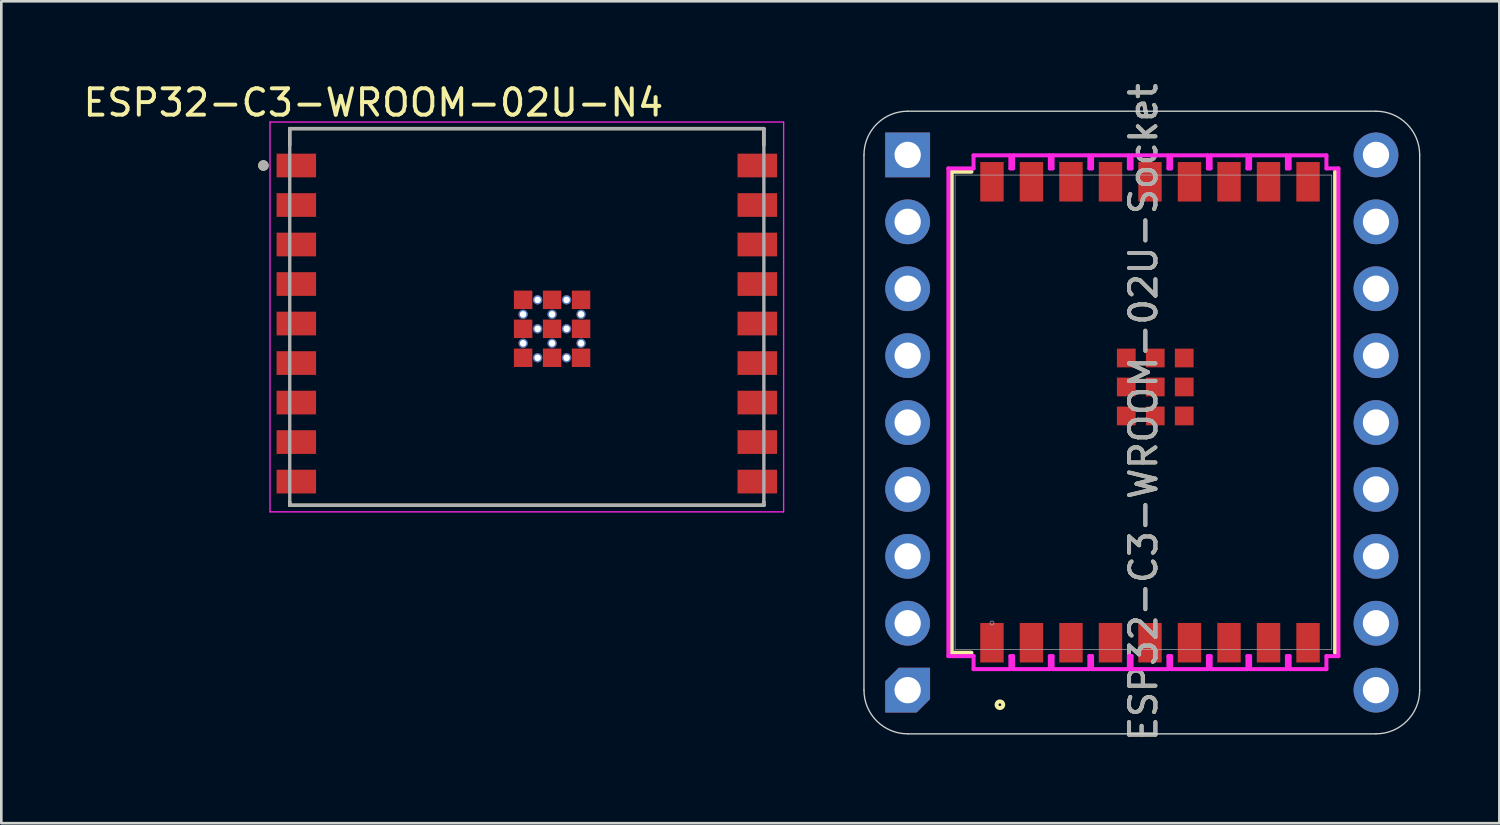
<source format=kicad_pcb>
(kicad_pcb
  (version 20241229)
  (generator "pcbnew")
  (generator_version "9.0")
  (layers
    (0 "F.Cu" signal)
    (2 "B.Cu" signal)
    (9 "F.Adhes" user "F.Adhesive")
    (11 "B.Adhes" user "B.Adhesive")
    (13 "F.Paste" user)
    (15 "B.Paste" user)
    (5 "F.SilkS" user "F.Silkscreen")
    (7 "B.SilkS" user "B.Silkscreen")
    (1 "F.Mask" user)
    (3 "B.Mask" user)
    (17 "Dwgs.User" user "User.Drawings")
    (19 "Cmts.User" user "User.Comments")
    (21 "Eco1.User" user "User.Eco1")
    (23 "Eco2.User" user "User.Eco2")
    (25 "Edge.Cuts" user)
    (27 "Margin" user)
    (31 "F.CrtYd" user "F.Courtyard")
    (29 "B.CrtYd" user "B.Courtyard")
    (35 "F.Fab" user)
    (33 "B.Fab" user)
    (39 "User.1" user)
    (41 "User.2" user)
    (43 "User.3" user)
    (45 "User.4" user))
  (footprint "ESP32-C3-WROOM-02U-Socket"
    (layer "F.Cu")
    (at 40.309 10.451)
    (property "Reference" "ESP32-C3-WROOM-02U-Socket" (at 0.05 2.15 90) (unlocked yes) (layer "F.SilkS") (effects (font (size 1 1) (thickness 0.15))))
    (attr smd)
    (fp_line (start -7.227 -6.981) (end -6.477 -6.981) (stroke (width 0.152) (type solid)) (layer "F.SilkS"))
    (fp_line (start -7.227 11.281) (end -7.227 -6.981) (stroke (width 0.152) (type solid)) (layer "F.SilkS"))
    (fp_line (start -6.477 11.281) (end -7.227 11.281) (stroke (width 0.152) (type solid)) (layer "F.SilkS"))
    (fp_line (start 7.327 -6.981) (end 7.327 11.281) (stroke (width 0.152) (type solid)) (layer "F.SilkS"))
    (fp_circle (center -5.398 13.254) (end -5.398 13.127) (stroke (width 0.152) (type solid)) (fill no) (layer "F.SilkS"))
    (fp_line (start -10.559 12.7) (end -10.559 -7.62) (stroke (width 0.05) (type default)) (layer "Edge.Cuts"))
    (fp_line (start -8.9 -9.279) (end 8.88 -9.279) (stroke (width 0.05) (type default)) (layer "Edge.Cuts"))
    (fp_line (start 8.88 14.359) (end -8.9 14.359) (stroke (width 0.05) (type default)) (layer "Edge.Cuts"))
    (fp_line (start 10.539 12.7) (end 10.539 -7.62) (stroke (width 0.05) (type default)) (layer "Edge.Cuts"))
    (fp_arc (start -10.558553 -7.62) (mid -10.072774 -8.792774) (end -8.9 -9.278553) (stroke (width 0.05) (type default)) (layer "Edge.Cuts"))
    (fp_arc (start -8.9 14.358553) (mid -10.072774 13.872774) (end -10.558553 12.7) (stroke (width 0.05) (type default)) (layer "Edge.Cuts"))
    (fp_arc (start 8.88 -9.278553) (mid 10.052774 -8.792774) (end 10.538553 -7.62) (stroke (width 0.05) (type default)) (layer "Edge.Cuts"))
    (fp_arc (start 10.538553 12.7) (mid 10.052774 13.872774) (end 8.88 14.358553) (stroke (width 0.05) (type default)) (layer "Edge.Cuts"))
    (fp_line (start -7.354 -7.108) (end -7.354 11.408) (stroke (width 0.152) (type solid)) (layer "F.CrtYd"))
    (fp_line (start -7.354 11.408) (end -6.398 11.408) (stroke (width 0.152) (type solid)) (layer "F.CrtYd"))
    (fp_line (start -6.399 -7.603) (end -6.399 -7.108) (stroke (width 0.152) (type solid)) (layer "F.CrtYd"))
    (fp_line (start -6.399 -7.108) (end -7.354 -7.108) (stroke (width 0.152) (type solid)) (layer "F.CrtYd"))
    (fp_line (start -6.398 11.408) (end -6.398 11.903) (stroke (width 0.152) (type solid)) (layer "F.CrtYd"))
    (fp_line (start -6.398 11.903) (end -5.001 11.903) (stroke (width 0.152) (type solid)) (layer "F.CrtYd"))
    (fp_line (start -5.002 -7.603) (end -6.399 -7.603) (stroke (width 0.152) (type solid)) (layer "F.CrtYd"))
    (fp_line (start -5.002 -7.108) (end -5.002 -7.603) (stroke (width 0.152) (type solid)) (layer "F.CrtYd"))
    (fp_line (start -5.001 11.408) (end -4.899 11.408) (stroke (width 0.152) (type solid)) (layer "F.CrtYd"))
    (fp_line (start -5.001 11.903) (end -5.001 11.408) (stroke (width 0.152) (type solid)) (layer "F.CrtYd"))
    (fp_line (start -4.899 -7.603) (end -4.899 -7.108) (stroke (width 0.152) (type solid)) (layer "F.CrtYd"))
    (fp_line (start -4.899 -7.108) (end -5.002 -7.108) (stroke (width 0.152) (type solid)) (layer "F.CrtYd"))
    (fp_line (start -4.899 11.408) (end -4.899 11.903) (stroke (width 0.152) (type solid)) (layer "F.CrtYd"))
    (fp_line (start -4.899 11.903) (end -3.502 11.903) (stroke (width 0.152) (type solid)) (layer "F.CrtYd"))
    (fp_line (start -3.502 -7.603) (end -4.899 -7.603) (stroke (width 0.152) (type solid)) (layer "F.CrtYd"))
    (fp_line (start -3.502 -7.108) (end -3.502 -7.603) (stroke (width 0.152) (type solid)) (layer "F.CrtYd"))
    (fp_line (start -3.502 11.408) (end -3.398 11.408) (stroke (width 0.152) (type solid)) (layer "F.CrtYd"))
    (fp_line (start -3.502 11.903) (end -3.502 11.408) (stroke (width 0.152) (type solid)) (layer "F.CrtYd"))
    (fp_line (start -3.399 -7.603) (end -3.399 -7.108) (stroke (width 0.152) (type solid)) (layer "F.CrtYd"))
    (fp_line (start -3.399 -7.108) (end -3.502 -7.108) (stroke (width 0.152) (type solid)) (layer "F.CrtYd"))
    (fp_line (start -3.398 11.408) (end -3.398 11.903) (stroke (width 0.152) (type solid)) (layer "F.CrtYd"))
    (fp_line (start -3.398 11.903) (end -2.002 11.903) (stroke (width 0.152) (type solid)) (layer "F.CrtYd"))
    (fp_line (start -2.002 -7.603) (end -3.399 -7.603) (stroke (width 0.152) (type solid)) (layer "F.CrtYd"))
    (fp_line (start -2.002 -7.108) (end -2.002 -7.603) (stroke (width 0.152) (type solid)) (layer "F.CrtYd"))
    (fp_line (start -2.002 11.408) (end -1.899 11.408) (stroke (width 0.152) (type solid)) (layer "F.CrtYd"))
    (fp_line (start -2.002 11.903) (end -2.002 11.408) (stroke (width 0.152) (type solid)) (layer "F.CrtYd"))
    (fp_line (start -1.899 -7.603) (end -1.899 -7.108) (stroke (width 0.152) (type solid)) (layer "F.CrtYd"))
    (fp_line (start -1.899 -7.108) (end -2.002 -7.108) (stroke (width 0.152) (type solid)) (layer "F.CrtYd"))
    (fp_line (start -1.899 11.408) (end -1.899 11.903) (stroke (width 0.152) (type solid)) (layer "F.CrtYd"))
    (fp_line (start -1.899 11.903) (end -0.502 11.903) (stroke (width 0.152) (type solid)) (layer "F.CrtYd"))
    (fp_line (start -0.502 -7.603) (end -1.899 -7.603) (stroke (width 0.152) (type solid)) (layer "F.CrtYd"))
    (fp_line (start -0.502 -7.108) (end -0.502 -7.603) (stroke (width 0.152) (type solid)) (layer "F.CrtYd"))
    (fp_line (start -0.502 11.408) (end -0.399 11.408) (stroke (width 0.152) (type solid)) (layer "F.CrtYd"))
    (fp_line (start -0.502 11.903) (end -0.502 11.408) (stroke (width 0.152) (type solid)) (layer "F.CrtYd"))
    (fp_line (start -0.399 -7.603) (end -0.399 -7.108) (stroke (width 0.152) (type solid)) (layer "F.CrtYd"))
    (fp_line (start -0.399 -7.108) (end -0.502 -7.108) (stroke (width 0.152) (type solid)) (layer "F.CrtYd"))
    (fp_line (start -0.399 11.408) (end -0.399 11.903) (stroke (width 0.152) (type solid)) (layer "F.CrtYd"))
    (fp_line (start -0.399 11.903) (end 0.998 11.903) (stroke (width 0.152) (type solid)) (layer "F.CrtYd"))
    (fp_line (start 0.998 -7.603) (end -0.399 -7.603) (stroke (width 0.152) (type solid)) (layer "F.CrtYd"))
    (fp_line (start 0.998 -7.108) (end 0.998 -7.603) (stroke (width 0.152) (type solid)) (layer "F.CrtYd"))
    (fp_line (start 0.998 11.408) (end 1.101 11.408) (stroke (width 0.152) (type solid)) (layer "F.CrtYd"))
    (fp_line (start 0.998 11.903) (end 0.998 11.408) (stroke (width 0.152) (type solid)) (layer "F.CrtYd"))
    (fp_line (start 1.101 -7.603) (end 1.101 -7.108) (stroke (width 0.152) (type solid)) (layer "F.CrtYd"))
    (fp_line (start 1.101 -7.108) (end 0.998 -7.108) (stroke (width 0.152) (type solid)) (layer "F.CrtYd"))
    (fp_line (start 1.101 11.408) (end 1.101 11.903) (stroke (width 0.152) (type solid)) (layer "F.CrtYd"))
    (fp_line (start 1.101 11.903) (end 2.498 11.903) (stroke (width 0.152) (type solid)) (layer "F.CrtYd"))
    (fp_line (start 2.498 -7.603) (end 1.101 -7.603) (stroke (width 0.152) (type solid)) (layer "F.CrtYd"))
    (fp_line (start 2.498 -7.108) (end 2.498 -7.603) (stroke (width 0.152) (type solid)) (layer "F.CrtYd"))
    (fp_line (start 2.498 11.408) (end 2.602 11.408) (stroke (width 0.152) (type solid)) (layer "F.CrtYd"))
    (fp_line (start 2.498 11.903) (end 2.498 11.408) (stroke (width 0.152) (type solid)) (layer "F.CrtYd"))
    (fp_line (start 2.601 -7.603) (end 2.601 -7.108) (stroke (width 0.152) (type solid)) (layer "F.CrtYd"))
    (fp_line (start 2.601 -7.108) (end 2.498 -7.108) (stroke (width 0.152) (type solid)) (layer "F.CrtYd"))
    (fp_line (start 2.602 11.408) (end 2.602 11.903) (stroke (width 0.152) (type solid)) (layer "F.CrtYd"))
    (fp_line (start 2.602 11.903) (end 3.999 11.903) (stroke (width 0.152) (type solid)) (layer "F.CrtYd"))
    (fp_line (start 3.998 -7.603) (end 2.601 -7.603) (stroke (width 0.152) (type solid)) (layer "F.CrtYd"))
    (fp_line (start 3.998 -7.108) (end 3.998 -7.603) (stroke (width 0.152) (type solid)) (layer "F.CrtYd"))
    (fp_line (start 3.999 11.408) (end 4.101 11.408) (stroke (width 0.152) (type solid)) (layer "F.CrtYd"))
    (fp_line (start 3.999 11.903) (end 3.999 11.408) (stroke (width 0.152) (type solid)) (layer "F.CrtYd"))
    (fp_line (start 4.101 -7.603) (end 4.101 -7.108) (stroke (width 0.152) (type solid)) (layer "F.CrtYd"))
    (fp_line (start 4.101 -7.108) (end 3.998 -7.108) (stroke (width 0.152) (type solid)) (layer "F.CrtYd"))
    (fp_line (start 4.101 11.408) (end 4.101 11.903) (stroke (width 0.152) (type solid)) (layer "F.CrtYd"))
    (fp_line (start 4.101 11.903) (end 5.498 11.903) (stroke (width 0.152) (type solid)) (layer "F.CrtYd"))
    (fp_line (start 5.498 -7.603) (end 4.101 -7.603) (stroke (width 0.152) (type solid)) (layer "F.CrtYd"))
    (fp_line (start 5.498 -7.108) (end 5.498 -7.603) (stroke (width 0.152) (type solid)) (layer "F.CrtYd"))
    (fp_line (start 5.498 11.408) (end 5.601 11.408) (stroke (width 0.152) (type solid)) (layer "F.CrtYd"))
    (fp_line (start 5.498 11.903) (end 5.498 11.408) (stroke (width 0.152) (type solid)) (layer "F.CrtYd"))
    (fp_line (start 5.601 -7.603) (end 5.601 -7.108) (stroke (width 0.152) (type solid)) (layer "F.CrtYd"))
    (fp_line (start 5.601 -7.108) (end 5.498 -7.108) (stroke (width 0.152) (type solid)) (layer "F.CrtYd"))
    (fp_line (start 5.601 11.408) (end 5.601 11.903) (stroke (width 0.152) (type solid)) (layer "F.CrtYd"))
    (fp_line (start 5.601 11.903) (end 6.998 11.903) (stroke (width 0.152) (type solid)) (layer "F.CrtYd"))
    (fp_line (start 6.998 -7.603) (end 5.601 -7.603) (stroke (width 0.152) (type solid)) (layer "F.CrtYd"))
    (fp_line (start 6.998 -7.108) (end 6.998 -7.603) (stroke (width 0.152) (type solid)) (layer "F.CrtYd"))
    (fp_line (start 6.998 11.408) (end 7.454 11.408) (stroke (width 0.152) (type solid)) (layer "F.CrtYd"))
    (fp_line (start 6.998 11.903) (end 6.998 11.408) (stroke (width 0.152) (type solid)) (layer "F.CrtYd"))
    (fp_line (start 7.454 -7.108) (end 6.998 -7.108) (stroke (width 0.152) (type solid)) (layer "F.CrtYd"))
    (fp_line (start 7.454 11.408) (end 7.454 -7.108) (stroke (width 0.152) (type solid)) (layer "F.CrtYd"))
    (fp_line (start -7.1 -6.854) (end -7.1 11.154) (stroke (width 0.025) (type solid)) (layer "F.Fab"))
    (fp_line (start -7.1 11.154) (end 7.2 11.154) (stroke (width 0.025) (type solid)) (layer "F.Fab"))
    (fp_line (start 7.2 -6.854) (end -7.1 -6.854) (stroke (width 0.025) (type solid)) (layer "F.Fab"))
    (fp_line (start 7.2 11.154) (end 7.2 -6.854) (stroke (width 0.025) (type solid)) (layer "F.Fab"))
    (fp_circle (center -5.7 10.151) (end -5.7 10.075) (stroke (width 0.025) (type solid)) (fill no) (layer "F.Fab"))
    (fp_text user "${REFERENCE}" (at 0.05 2.15 90) (unlocked yes) (layer "F.Fab") (effects (font (size 1 1) (thickness 0.15))))
    (pad "1" thru_hole rect (at -8.9 -7.62) (size 1.7 1.7) (drill 1) (layers "*.Cu" "*.Mask"))
    (pad "1" smd rect (at -5.7 10.9 90) (size 1.499 0.889) (layers "F.Cu" "F.Mask" "F.Paste"))
    (pad "2" thru_hole circle (at -8.9 -5.08) (size 1.7 1.7) (drill 1) (layers "*.Cu" "*.Mask"))
    (pad "2" smd rect (at -4.2 10.9 90) (size 1.499 0.889) (layers "F.Cu" "F.Mask" "F.Paste"))
    (pad "3" thru_hole circle (at -8.9 -2.54) (size 1.7 1.7) (drill 1) (layers "*.Cu" "*.Mask"))
    (pad "3" smd rect (at -2.7 10.9 90) (size 1.499 0.889) (layers "F.Cu" "F.Mask" "F.Paste"))
    (pad "4" thru_hole circle (at -8.9 0) (size 1.7 1.7) (drill 1) (layers "*.Cu" "*.Mask"))
    (pad "4" smd rect (at -1.2 10.9 90) (size 1.499 0.889) (layers "F.Cu" "F.Mask" "F.Paste"))
    (pad "5" thru_hole circle (at -8.9 2.54) (size 1.7 1.7) (drill 1) (layers "*.Cu" "*.Mask"))
    (pad "5" smd rect (at 0.3 10.9 90) (size 1.499 0.889) (layers "F.Cu" "F.Mask" "F.Paste"))
    (pad "6" thru_hole circle (at -8.9 5.08) (size 1.7 1.7) (drill 1) (layers "*.Cu" "*.Mask"))
    (pad "6" smd rect (at 1.8 10.9 90) (size 1.499 0.889) (layers "F.Cu" "F.Mask" "F.Paste"))
    (pad "7" thru_hole circle (at -8.9 7.62) (size 1.7 1.7) (drill 1) (layers "*.Cu" "*.Mask"))
    (pad "7" smd rect (at 3.3 10.9 90) (size 1.499 0.889) (layers "F.Cu" "F.Mask" "F.Paste"))
    (pad "8" thru_hole circle (at -8.9 10.16) (size 1.7 1.7) (drill 1) (layers "*.Cu" "*.Mask"))
    (pad "8" smd rect (at 4.8 10.9 90) (size 1.499 0.889) (layers "F.Cu" "F.Mask" "F.Paste"))
    (pad "9" thru_hole roundrect (at -8.9 12.7) (size 1.7 1.7) (drill 1) (layers "*.Cu" "*.Mask") (roundrect_rratio 0) (chamfer_ratio 0.3) (chamfer top_left bottom_right))
    (pad "9" smd rect (at 6.3 10.9 90) (size 1.499 0.889) (layers "F.Cu" "F.Mask" "F.Paste"))
    (pad "10" smd rect (at 6.3 -6.6 90) (size 1.499 0.889) (layers "F.Cu" "F.Mask" "F.Paste"))
    (pad "10" thru_hole circle (at 8.88 12.7) (size 1.7 1.7) (drill 1) (layers "*.Cu" "*.Mask"))
    (pad "11" smd rect (at 4.8 -6.6 90) (size 1.499 0.889) (layers "F.Cu" "F.Mask" "F.Paste"))
    (pad "11" thru_hole circle (at 8.88 10.16) (size 1.7 1.7) (drill 1) (layers "*.Cu" "*.Mask"))
    (pad "12" smd rect (at 3.3 -6.6 90) (size 1.499 0.889) (layers "F.Cu" "F.Mask" "F.Paste"))
    (pad "12" thru_hole circle (at 8.88 7.62) (size 1.7 1.7) (drill 1) (layers "*.Cu" "*.Mask"))
    (pad "13" smd rect (at 1.8 -6.6 90) (size 1.499 0.889) (layers "F.Cu" "F.Mask" "F.Paste"))
    (pad "13" thru_hole circle (at 8.88 5.08) (size 1.7 1.7) (drill 1) (layers "*.Cu" "*.Mask"))
    (pad "14" smd rect (at 0.3 -6.6 90) (size 1.499 0.889) (layers "F.Cu" "F.Mask" "F.Paste"))
    (pad "14" thru_hole circle (at 8.88 2.54) (size 1.7 1.7) (drill 1) (layers "*.Cu" "*.Mask"))
    (pad "15" smd rect (at -1.2 -6.6 90) (size 1.499 0.889) (layers "F.Cu" "F.Mask" "F.Paste"))
    (pad "15" thru_hole circle (at 8.88 0) (size 1.7 1.7) (drill 1) (layers "*.Cu" "*.Mask"))
    (pad "16" smd rect (at -2.7 -6.6 90) (size 1.499 0.889) (layers "F.Cu" "F.Mask" "F.Paste"))
    (pad "16" thru_hole circle (at 8.88 -2.54) (size 1.7 1.7) (drill 1) (layers "*.Cu" "*.Mask"))
    (pad "17" smd rect (at -4.2 -6.6 90) (size 1.499 0.889) (layers "F.Cu" "F.Mask" "F.Paste"))
    (pad "17" thru_hole circle (at 8.88 -5.08) (size 1.7 1.7) (drill 1) (layers "*.Cu" "*.Mask"))
    (pad "18" smd rect (at -5.7 -6.6 90) (size 1.499 0.889) (layers "F.Cu" "F.Mask" "F.Paste"))
    (pad "18" thru_hole circle (at 8.88 -7.62) (size 1.7 1.7) (drill 1) (layers "*.Cu" "*.Mask"))
    (pad "19" smd rect (at 0.5 1.19 90) (size 0.711 0.711) (layers "F.Cu" "F.Mask" "F.Paste"))
    (pad "20" smd rect (at -0.6 2.29 90) (size 0.711 0.711) (layers "F.Cu" "F.Mask" "F.Paste"))
    (pad "21" smd rect (at 0.5 2.29 90) (size 0.711 0.711) (layers "F.Cu" "F.Mask" "F.Paste"))
    (pad "22" smd rect (at 1.6 2.29 90) (size 0.711 0.711) (layers "F.Cu" "F.Mask" "F.Paste"))
    (pad "23" smd rect (at 1.6 1.19 90) (size 0.711 0.711) (layers "F.Cu" "F.Mask" "F.Paste"))
    (pad "24" smd rect (at 1.6 0.09 90) (size 0.711 0.711) (layers "F.Cu" "F.Mask" "F.Paste"))
    (pad "25" smd rect (at 0.5 0.09 90) (size 0.711 0.711) (layers "F.Cu" "F.Mask" "F.Paste"))
    (pad "26" smd rect (at -0.6 0.09 90) (size 0.711 0.711) (layers "F.Cu" "F.Mask" "F.Paste"))
    (pad "27" smd rect (at -0.6 1.19 90) (size 0.711 0.711) (layers "F.Cu" "F.Mask" "F.Paste")))
  (footprint "ESP32-C3-WROOM-02U-N4"
    (layer "F.Cu")
    (at 16.95 8.983)
    (property "Reference" "ESP32-C3-WROOM-02U-N4" (at -5.825 -8.135 0) (layer "F.SilkS") (effects (font (size 1 1) (thickness 0.15))))
    (attr smd)
    (fp_line (start -9 -7.15) (end -9 -6.52) (stroke (width 0.127) (type solid)) (layer "F.SilkS"))
    (fp_line (start -9 7.15) (end -9 7.02) (stroke (width 0.127) (type solid)) (layer "F.SilkS"))
    (fp_line (start -9 7.15) (end 9 7.15) (stroke (width 0.127) (type solid)) (layer "F.SilkS"))
    (fp_line (start 9 -7.15) (end -9 -7.15) (stroke (width 0.127) (type solid)) (layer "F.SilkS"))
    (fp_line (start 9 -6.52) (end 9 -7.15) (stroke (width 0.127) (type solid)) (layer "F.SilkS"))
    (fp_line (start 9 7.15) (end 9 7.02) (stroke (width 0.127) (type solid)) (layer "F.SilkS"))
    (fp_circle (center -10 -5.75) (end -9.9 -5.75) (stroke (width 0.2) (type solid)) (fill no) (layer "F.SilkS"))
    (fp_line (start -9.75 -7.4) (end -9.75 7.4) (stroke (width 0.05) (type solid)) (layer "F.CrtYd"))
    (fp_line (start -9.75 7.4) (end 9.75 7.4) (stroke (width 0.05) (type solid)) (layer "F.CrtYd"))
    (fp_line (start 9.75 -7.4) (end -9.75 -7.4) (stroke (width 0.05) (type solid)) (layer "F.CrtYd"))
    (fp_line (start 9.75 7.4) (end 9.75 -7.4) (stroke (width 0.05) (type solid)) (layer "F.CrtYd"))
    (fp_line (start -9 -7.15) (end -9 7.15) (stroke (width 0.127) (type solid)) (layer "F.Fab"))
    (fp_line (start -9 7.15) (end 9 7.15) (stroke (width 0.127) (type solid)) (layer "F.Fab"))
    (fp_line (start 9 -7.15) (end -9 -7.15) (stroke (width 0.127) (type solid)) (layer "F.Fab"))
    (fp_line (start 9 7.15) (end 9 -7.15) (stroke (width 0.127) (type solid)) (layer "F.Fab"))
    (fp_circle (center -10 -5.75) (end -9.9 -5.75) (stroke (width 0.2) (type solid)) (fill no) (layer "F.Fab"))
    (pad "1" smd rect (at -8.75 -5.75) (size 1.5 0.9) (layers "F.Cu" "F.Mask" "F.Paste"))
    (pad "2" smd rect (at -8.75 -4.25) (size 1.5 0.9) (layers "F.Cu" "F.Mask" "F.Paste"))
    (pad "3" smd rect (at -8.75 -2.75) (size 1.5 0.9) (layers "F.Cu" "F.Mask" "F.Paste"))
    (pad "4" smd rect (at -8.75 -1.25) (size 1.5 0.9) (layers "F.Cu" "F.Mask" "F.Paste"))
    (pad "5" smd rect (at -8.75 0.25) (size 1.5 0.9) (layers "F.Cu" "F.Mask" "F.Paste"))
    (pad "6" smd rect (at -8.75 1.75) (size 1.5 0.9) (layers "F.Cu" "F.Mask" "F.Paste"))
    (pad "7" smd rect (at -8.75 3.25) (size 1.5 0.9) (layers "F.Cu" "F.Mask" "F.Paste"))
    (pad "8" smd rect (at -8.75 4.75) (size 1.5 0.9) (layers "F.Cu" "F.Mask" "F.Paste"))
    (pad "9" smd rect (at -8.75 6.25) (size 1.5 0.9) (layers "F.Cu" "F.Mask" "F.Paste"))
    (pad "10" smd rect (at 8.75 6.25) (size 1.5 0.9) (layers "F.Cu" "F.Mask" "F.Paste"))
    (pad "11" smd rect (at 8.75 4.75) (size 1.5 0.9) (layers "F.Cu" "F.Mask" "F.Paste"))
    (pad "12" smd rect (at 8.75 3.25) (size 1.5 0.9) (layers "F.Cu" "F.Mask" "F.Paste"))
    (pad "13" smd rect (at 8.75 1.75) (size 1.5 0.9) (layers "F.Cu" "F.Mask" "F.Paste"))
    (pad "14" smd rect (at 8.75 0.25) (size 1.5 0.9) (layers "F.Cu" "F.Mask" "F.Paste"))
    (pad "15" smd rect (at 8.75 -1.25) (size 1.5 0.9) (layers "F.Cu" "F.Mask" "F.Paste"))
    (pad "16" smd rect (at 8.75 -2.75) (size 1.5 0.9) (layers "F.Cu" "F.Mask" "F.Paste"))
    (pad "17" smd rect (at 8.75 -4.25) (size 1.5 0.9) (layers "F.Cu" "F.Mask" "F.Paste"))
    (pad "18" smd rect (at 8.75 -5.75) (size 1.5 0.9) (layers "F.Cu" "F.Mask" "F.Paste"))
    (pad "19_1" smd rect (at -0.14 -0.65) (size 0.7 0.7) (layers "F.Cu" "F.Mask" "F.Paste"))
    (pad "19_2" smd rect (at 0.96 -0.65) (size 0.7 0.7) (layers "F.Cu" "F.Mask" "F.Paste"))
    (pad "19_3" smd rect (at 2.06 -0.65) (size 0.7 0.7) (layers "F.Cu" "F.Mask" "F.Paste"))
    (pad "19_4" smd rect (at -0.14 0.45) (size 0.7 0.7) (layers "F.Cu" "F.Mask" "F.Paste"))
    (pad "19_5" smd rect (at 0.96 0.45) (size 0.7 0.7) (layers "F.Cu" "F.Mask" "F.Paste"))
    (pad "19_6" smd rect (at 2.06 0.45) (size 0.7 0.7) (layers "F.Cu" "F.Mask" "F.Paste"))
    (pad "19_7" smd rect (at -0.14 1.55) (size 0.7 0.7) (layers "F.Cu" "F.Mask" "F.Paste"))
    (pad "19_8" smd rect (at 0.96 1.55) (size 0.7 0.7) (layers "F.Cu" "F.Mask" "F.Paste"))
    (pad "19_9" smd rect (at 2.06 1.55) (size 0.7 0.7) (layers "F.Cu" "F.Mask" "F.Paste"))
    (pad "20_1" thru_hole circle (at 0.41 -0.65) (size 0.35 0.35) (drill 0.25) (layers "*.Cu"))
    (pad "20_2" thru_hole circle (at 1.51 -0.65) (size 0.35 0.35) (drill 0.25) (layers "*.Cu"))
    (pad "20_3" thru_hole circle (at -0.14 -0.1) (size 0.35 0.35) (drill 0.25) (layers "*.Cu"))
    (pad "20_4" thru_hole circle (at 0.96 -0.1) (size 0.35 0.35) (drill 0.25) (layers "*.Cu"))
    (pad "20_5" thru_hole circle (at 2.06 -0.1) (size 0.35 0.35) (drill 0.25) (layers "*.Cu"))
    (pad "20_6" thru_hole circle (at 0.41 0.45) (size 0.35 0.35) (drill 0.25) (layers "*.Cu"))
    (pad "20_7" thru_hole circle (at 1.51 0.45) (size 0.35 0.35) (drill 0.25) (layers "*.Cu"))
    (pad "20_8" thru_hole circle (at -0.14 1) (size 0.35 0.35) (drill 0.25) (layers "*.Cu"))
    (pad "20_9" thru_hole circle (at 0.96 1) (size 0.35 0.35) (drill 0.25) (layers "*.Cu"))
    (pad "20_10" thru_hole circle (at 2.06 1) (size 0.35 0.35) (drill 0.25) (layers "*.Cu"))
    (pad "20_11" thru_hole circle (at 0.41 1.55) (size 0.35 0.35) (drill 0.25) (layers "*.Cu"))
    (pad "20_12" thru_hole circle (at 1.51 1.55) (size 0.35 0.35) (drill 0.25) (layers "*.Cu")))
  (gr_rect
    (start -3 -3)
    (end 53.872 28.202)
    (stroke (width 0.1) (type default))
    (fill no)
    (layer "Edge.Cuts")))
</source>
